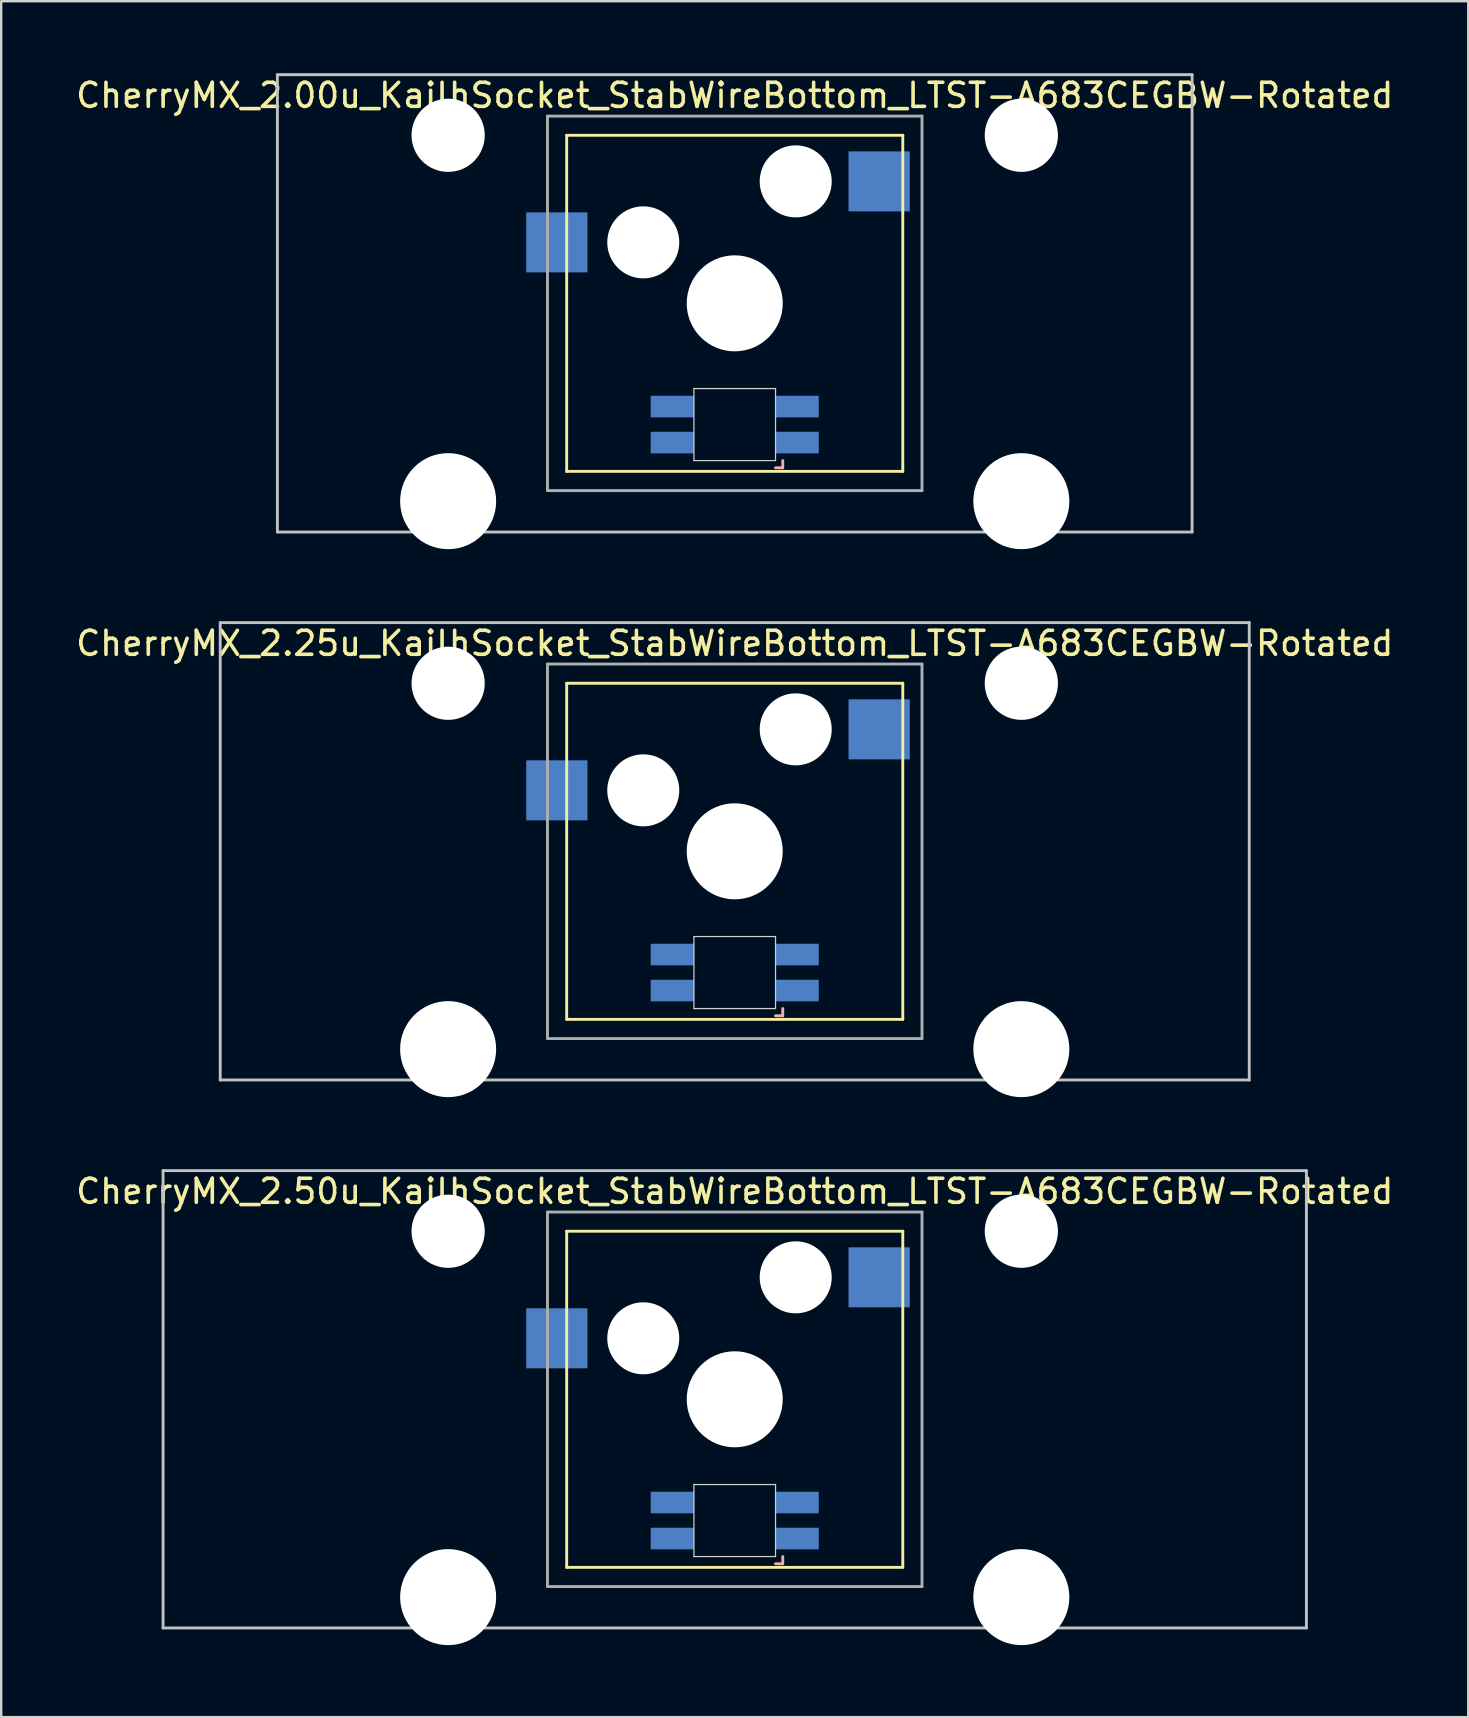
<source format=kicad_pcb>
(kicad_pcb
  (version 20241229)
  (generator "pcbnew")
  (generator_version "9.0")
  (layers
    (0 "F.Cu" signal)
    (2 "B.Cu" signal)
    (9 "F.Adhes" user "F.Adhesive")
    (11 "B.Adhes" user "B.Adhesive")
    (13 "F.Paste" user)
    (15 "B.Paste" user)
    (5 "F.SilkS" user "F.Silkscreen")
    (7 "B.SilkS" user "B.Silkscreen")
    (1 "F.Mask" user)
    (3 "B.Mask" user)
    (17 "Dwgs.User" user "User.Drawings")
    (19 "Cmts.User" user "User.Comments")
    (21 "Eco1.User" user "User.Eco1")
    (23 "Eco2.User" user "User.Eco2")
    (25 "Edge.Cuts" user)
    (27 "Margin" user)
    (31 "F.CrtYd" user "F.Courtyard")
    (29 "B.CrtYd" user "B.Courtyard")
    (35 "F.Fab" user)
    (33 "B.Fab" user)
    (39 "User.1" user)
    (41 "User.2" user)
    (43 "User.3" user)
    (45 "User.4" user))
  (footprint "CherryMX_2.00u_KailhSocket_StabWireBottom_LTST-A683CEGBW-Rotated"
    (layer "F.Cu")
    (at 27.554 9.585)
    (property "Reference" "CherryMX_2.00u_KailhSocket_StabWireBottom_LTST-A683CEGBW-Rotated" (at 0 -8.662 0) (layer "F.SilkS") (effects (font (size 1 1) (thickness 0.15))))
    (attr through_hole)
    (fp_line (start -7 -7) (end -7 7) (stroke (width 0.12) (type solid)) (layer "F.SilkS"))
    (fp_line (start -7 -7) (end 7 -7) (stroke (width 0.12) (type solid)) (layer "F.SilkS"))
    (fp_line (start 7 -7) (end 7 7) (stroke (width 0.12) (type solid)) (layer "F.SilkS"))
    (fp_line (start 7 7) (end -7 7) (stroke (width 0.12) (type solid)) (layer "F.SilkS"))
    (fp_line (start 1.7 6.85) (end 2 6.85) (stroke (width 0.12) (type solid)) (layer "B.SilkS"))
    (fp_line (start 2 6.85) (end 2 6.55) (stroke (width 0.12) (type solid)) (layer "B.SilkS"))
    (fp_line (start -19.05 -9.525) (end 19.05 -9.525) (stroke (width 0.12) (type solid)) (layer "Dwgs.User"))
    (fp_line (start -19.05 9.525) (end -19.05 -9.525) (stroke (width 0.12) (type solid)) (layer "Dwgs.User"))
    (fp_line (start 19.05 -9.525) (end 19.05 9.525) (stroke (width 0.12) (type solid)) (layer "Dwgs.User"))
    (fp_line (start 19.05 9.525) (end -19.05 9.525) (stroke (width 0.12) (type solid)) (layer "Dwgs.User"))
    (fp_line (start -1.7 3.55) (end 1.7 3.55) (stroke (width 0.05) (type solid)) (layer "Edge.Cuts"))
    (fp_line (start -1.7 6.55) (end -1.7 3.55) (stroke (width 0.05) (type solid)) (layer "Edge.Cuts"))
    (fp_line (start 1.7 3.55) (end 1.7 6.55) (stroke (width 0.05) (type solid)) (layer "Edge.Cuts"))
    (fp_line (start 1.7 6.55) (end -1.7 6.55) (stroke (width 0.05) (type solid)) (layer "Edge.Cuts"))
    (fp_line (start -7.8 -7.8) (end -7.8 7.8) (stroke (width 0.12) (type solid)) (layer "F.Fab"))
    (fp_line (start -7.8 -7.8) (end 7.8 -7.8) (stroke (width 0.12) (type solid)) (layer "F.Fab"))
    (fp_line (start -7.8 7.8) (end 7.8 7.8) (stroke (width 0.12) (type solid)) (layer "F.Fab"))
    (fp_line (start 7.8 -7.8) (end 7.8 7.8) (stroke (width 0.12) (type solid)) (layer "F.Fab"))
    (pad "" np_thru_hole circle (at -11.938 -7) (size 3.05 3.05) (drill 3.05) (layers "*.Cu" "*.Mask"))
    (pad "" np_thru_hole circle (at -11.938 8.24) (size 4 4) (drill 4) (layers "*.Cu" "*.Mask"))
    (pad "" np_thru_hole circle (at -3.81 -2.54) (size 3 3) (drill 3) (layers "*.Cu" "*.Mask"))
    (pad "" np_thru_hole circle (at 0 0) (size 4 4) (drill 4) (layers "*.Cu" "*.Mask"))
    (pad "" np_thru_hole circle (at 2.54 -5.08) (size 3 3) (drill 3) (layers "*.Cu" "*.Mask"))
    (pad "" np_thru_hole circle (at 11.938 -7) (size 3.05 3.05) (drill 3.05) (layers "*.Cu" "*.Mask"))
    (pad "" np_thru_hole circle (at 11.938 8.24) (size 4 4) (drill 4) (layers "*.Cu" "*.Mask"))
    (pad "1" smd rect (at -7.41 -2.54) (size 2.55 2.5) (layers "B.Cu" "B.Mask" "B.Paste"))
    (pad "2" smd rect (at 6.015 -5.08) (size 2.55 2.5) (layers "B.Cu" "B.Mask" "B.Paste"))
    (pad "3" smd rect (at 2.6 5.8) (size 1.8 0.9) (layers "B.Cu" "B.Mask" "B.Paste"))
    (pad "4" smd rect (at 2.6 4.3) (size 1.8 0.9) (layers "B.Cu" "B.Mask" "B.Paste"))
    (pad "5" smd rect (at -2.6 5.8) (size 1.8 0.9) (layers "B.Cu" "B.Mask" "B.Paste"))
    (pad "6" smd rect (at -2.6 4.3) (size 1.8 0.9) (layers "B.Cu" "B.Mask" "B.Paste")))
  (footprint "CherryMX_2.50u_KailhSocket_StabWireBottom_LTST-A683CEGBW-Rotated"
    (layer "F.Cu")
    (at 27.554 55.235)
    (property "Reference" "CherryMX_2.50u_KailhSocket_StabWireBottom_LTST-A683CEGBW-Rotated" (at 0 -8.662 0) (layer "F.SilkS") (effects (font (size 1 1) (thickness 0.15))))
    (attr through_hole)
    (fp_line (start -7 -7) (end -7 7) (stroke (width 0.12) (type solid)) (layer "F.SilkS"))
    (fp_line (start -7 -7) (end 7 -7) (stroke (width 0.12) (type solid)) (layer "F.SilkS"))
    (fp_line (start 7 -7) (end 7 7) (stroke (width 0.12) (type solid)) (layer "F.SilkS"))
    (fp_line (start 7 7) (end -7 7) (stroke (width 0.12) (type solid)) (layer "F.SilkS"))
    (fp_line (start 1.7 6.85) (end 2 6.85) (stroke (width 0.12) (type solid)) (layer "B.SilkS"))
    (fp_line (start 2 6.85) (end 2 6.55) (stroke (width 0.12) (type solid)) (layer "B.SilkS"))
    (fp_line (start -23.812 -9.525) (end 23.812 -9.525) (stroke (width 0.12) (type solid)) (layer "Dwgs.User"))
    (fp_line (start -23.812 9.525) (end -23.812 -9.525) (stroke (width 0.12) (type solid)) (layer "Dwgs.User"))
    (fp_line (start 23.812 -9.525) (end 23.812 9.525) (stroke (width 0.12) (type solid)) (layer "Dwgs.User"))
    (fp_line (start 23.812 9.525) (end -23.812 9.525) (stroke (width 0.12) (type solid)) (layer "Dwgs.User"))
    (fp_line (start -1.7 3.55) (end 1.7 3.55) (stroke (width 0.05) (type solid)) (layer "Edge.Cuts"))
    (fp_line (start -1.7 6.55) (end -1.7 3.55) (stroke (width 0.05) (type solid)) (layer "Edge.Cuts"))
    (fp_line (start 1.7 3.55) (end 1.7 6.55) (stroke (width 0.05) (type solid)) (layer "Edge.Cuts"))
    (fp_line (start 1.7 6.55) (end -1.7 6.55) (stroke (width 0.05) (type solid)) (layer "Edge.Cuts"))
    (fp_line (start -7.8 -7.8) (end -7.8 7.8) (stroke (width 0.12) (type solid)) (layer "F.Fab"))
    (fp_line (start -7.8 -7.8) (end 7.8 -7.8) (stroke (width 0.12) (type solid)) (layer "F.Fab"))
    (fp_line (start -7.8 7.8) (end 7.8 7.8) (stroke (width 0.12) (type solid)) (layer "F.Fab"))
    (fp_line (start 7.8 -7.8) (end 7.8 7.8) (stroke (width 0.12) (type solid)) (layer "F.Fab"))
    (pad "" np_thru_hole circle (at -11.938 -7) (size 3.05 3.05) (drill 3.05) (layers "*.Cu" "*.Mask"))
    (pad "" np_thru_hole circle (at -11.938 8.24) (size 4 4) (drill 4) (layers "*.Cu" "*.Mask"))
    (pad "" np_thru_hole circle (at -3.81 -2.54) (size 3 3) (drill 3) (layers "*.Cu" "*.Mask"))
    (pad "" np_thru_hole circle (at 0 0) (size 4 4) (drill 4) (layers "*.Cu" "*.Mask"))
    (pad "" np_thru_hole circle (at 2.54 -5.08) (size 3 3) (drill 3) (layers "*.Cu" "*.Mask"))
    (pad "" np_thru_hole circle (at 11.938 -7) (size 3.05 3.05) (drill 3.05) (layers "*.Cu" "*.Mask"))
    (pad "" np_thru_hole circle (at 11.938 8.24) (size 4 4) (drill 4) (layers "*.Cu" "*.Mask"))
    (pad "1" smd rect (at -7.41 -2.54) (size 2.55 2.5) (layers "B.Cu" "B.Mask" "B.Paste"))
    (pad "2" smd rect (at 6.015 -5.08) (size 2.55 2.5) (layers "B.Cu" "B.Mask" "B.Paste"))
    (pad "3" smd rect (at 2.6 5.8) (size 1.8 0.9) (layers "B.Cu" "B.Mask" "B.Paste"))
    (pad "4" smd rect (at 2.6 4.3) (size 1.8 0.9) (layers "B.Cu" "B.Mask" "B.Paste"))
    (pad "5" smd rect (at -2.6 5.8) (size 1.8 0.9) (layers "B.Cu" "B.Mask" "B.Paste"))
    (pad "6" smd rect (at -2.6 4.3) (size 1.8 0.9) (layers "B.Cu" "B.Mask" "B.Paste")))
  (footprint "CherryMX_2.25u_KailhSocket_StabWireBottom_LTST-A683CEGBW-Rotated"
    (layer "F.Cu")
    (at 27.554 32.41)
    (property "Reference" "CherryMX_2.25u_KailhSocket_StabWireBottom_LTST-A683CEGBW-Rotated" (at 0 -8.662 0) (layer "F.SilkS") (effects (font (size 1 1) (thickness 0.15))))
    (attr through_hole)
    (fp_line (start -7 -7) (end -7 7) (stroke (width 0.12) (type solid)) (layer "F.SilkS"))
    (fp_line (start -7 -7) (end 7 -7) (stroke (width 0.12) (type solid)) (layer "F.SilkS"))
    (fp_line (start 7 -7) (end 7 7) (stroke (width 0.12) (type solid)) (layer "F.SilkS"))
    (fp_line (start 7 7) (end -7 7) (stroke (width 0.12) (type solid)) (layer "F.SilkS"))
    (fp_line (start 1.7 6.85) (end 2 6.85) (stroke (width 0.12) (type solid)) (layer "B.SilkS"))
    (fp_line (start 2 6.85) (end 2 6.55) (stroke (width 0.12) (type solid)) (layer "B.SilkS"))
    (fp_line (start -21.431 -9.525) (end 21.431 -9.525) (stroke (width 0.12) (type solid)) (layer "Dwgs.User"))
    (fp_line (start -21.431 9.525) (end -21.431 -9.525) (stroke (width 0.12) (type solid)) (layer "Dwgs.User"))
    (fp_line (start 21.431 -9.525) (end 21.431 9.525) (stroke (width 0.12) (type solid)) (layer "Dwgs.User"))
    (fp_line (start 21.431 9.525) (end -21.431 9.525) (stroke (width 0.12) (type solid)) (layer "Dwgs.User"))
    (fp_line (start -1.7 3.55) (end 1.7 3.55) (stroke (width 0.05) (type solid)) (layer "Edge.Cuts"))
    (fp_line (start -1.7 6.55) (end -1.7 3.55) (stroke (width 0.05) (type solid)) (layer "Edge.Cuts"))
    (fp_line (start 1.7 3.55) (end 1.7 6.55) (stroke (width 0.05) (type solid)) (layer "Edge.Cuts"))
    (fp_line (start 1.7 6.55) (end -1.7 6.55) (stroke (width 0.05) (type solid)) (layer "Edge.Cuts"))
    (fp_line (start -7.8 -7.8) (end -7.8 7.8) (stroke (width 0.12) (type solid)) (layer "F.Fab"))
    (fp_line (start -7.8 -7.8) (end 7.8 -7.8) (stroke (width 0.12) (type solid)) (layer "F.Fab"))
    (fp_line (start -7.8 7.8) (end 7.8 7.8) (stroke (width 0.12) (type solid)) (layer "F.Fab"))
    (fp_line (start 7.8 -7.8) (end 7.8 7.8) (stroke (width 0.12) (type solid)) (layer "F.Fab"))
    (pad "" np_thru_hole circle (at -11.938 -7) (size 3.05 3.05) (drill 3.05) (layers "*.Cu" "*.Mask"))
    (pad "" np_thru_hole circle (at -11.938 8.24) (size 4 4) (drill 4) (layers "*.Cu" "*.Mask"))
    (pad "" np_thru_hole circle (at -3.81 -2.54) (size 3 3) (drill 3) (layers "*.Cu" "*.Mask"))
    (pad "" np_thru_hole circle (at 0 0) (size 4 4) (drill 4) (layers "*.Cu" "*.Mask"))
    (pad "" np_thru_hole circle (at 2.54 -5.08) (size 3 3) (drill 3) (layers "*.Cu" "*.Mask"))
    (pad "" np_thru_hole circle (at 11.938 -7) (size 3.05 3.05) (drill 3.05) (layers "*.Cu" "*.Mask"))
    (pad "" np_thru_hole circle (at 11.938 8.24) (size 4 4) (drill 4) (layers "*.Cu" "*.Mask"))
    (pad "1" smd rect (at -7.41 -2.54) (size 2.55 2.5) (layers "B.Cu" "B.Mask" "B.Paste"))
    (pad "2" smd rect (at 6.015 -5.08) (size 2.55 2.5) (layers "B.Cu" "B.Mask" "B.Paste"))
    (pad "3" smd rect (at 2.6 5.8) (size 1.8 0.9) (layers "B.Cu" "B.Mask" "B.Paste"))
    (pad "4" smd rect (at 2.6 4.3) (size 1.8 0.9) (layers "B.Cu" "B.Mask" "B.Paste"))
    (pad "5" smd rect (at -2.6 5.8) (size 1.8 0.9) (layers "B.Cu" "B.Mask" "B.Paste"))
    (pad "6" smd rect (at -2.6 4.3) (size 1.8 0.9) (layers "B.Cu" "B.Mask" "B.Paste")))
  (gr_rect
    (start -3 -3)
    (end 58.107 68.475)
    (stroke (width 0.1) (type default))
    (fill no)
    (layer "Edge.Cuts")))
</source>
